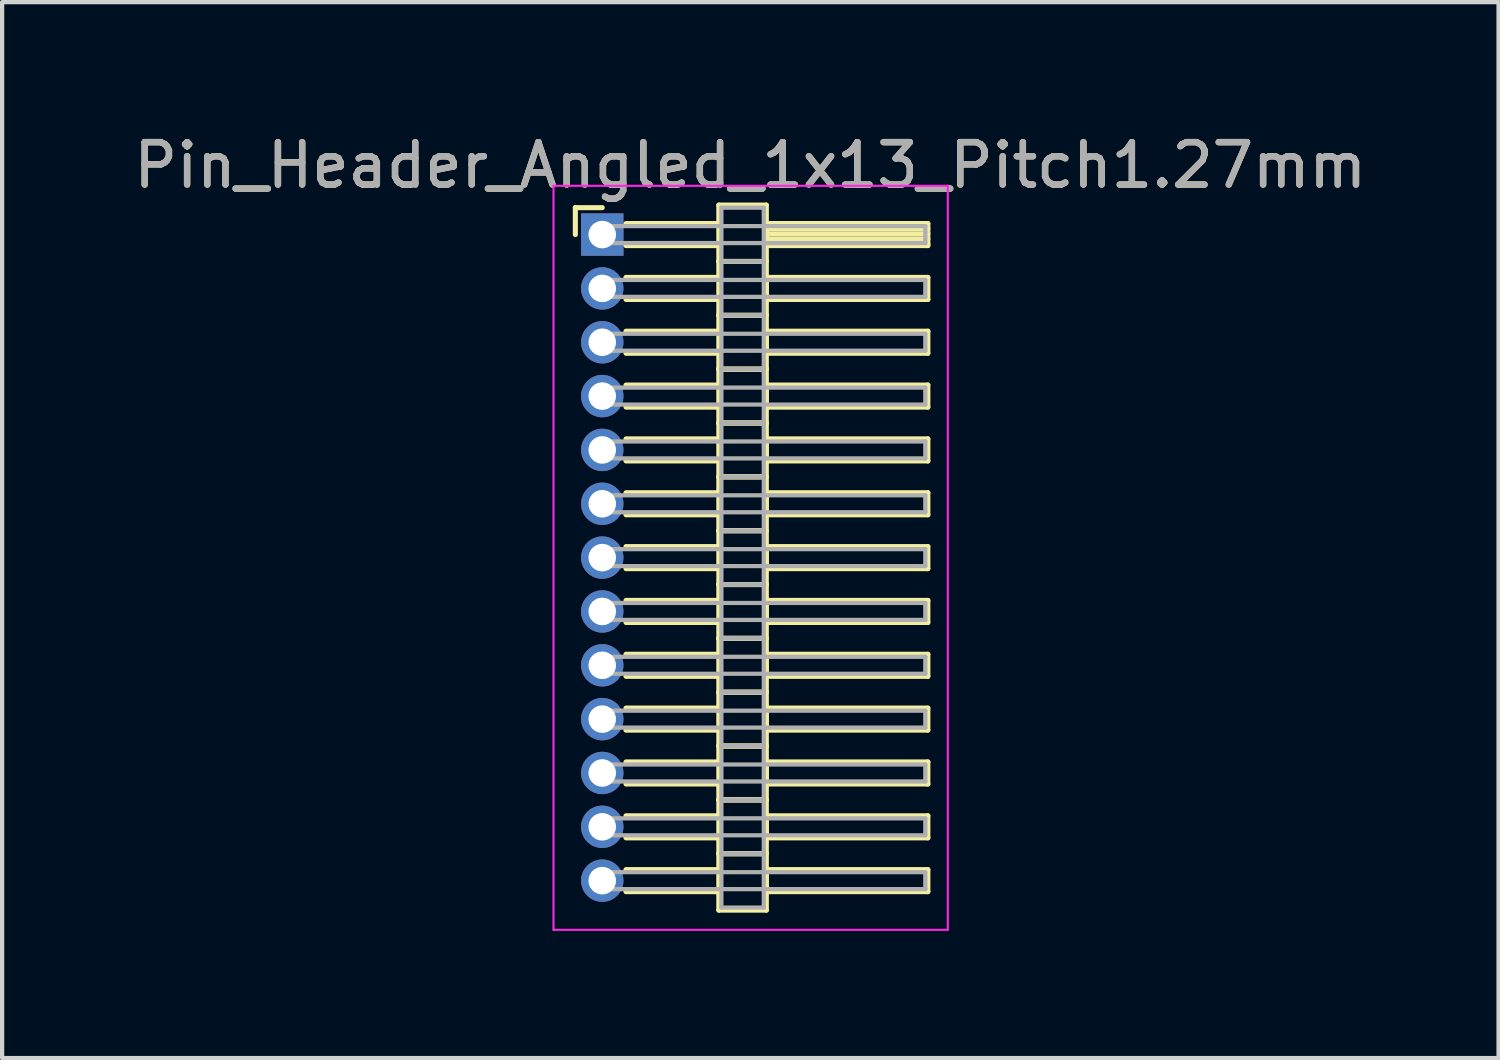
<source format=kicad_pcb>
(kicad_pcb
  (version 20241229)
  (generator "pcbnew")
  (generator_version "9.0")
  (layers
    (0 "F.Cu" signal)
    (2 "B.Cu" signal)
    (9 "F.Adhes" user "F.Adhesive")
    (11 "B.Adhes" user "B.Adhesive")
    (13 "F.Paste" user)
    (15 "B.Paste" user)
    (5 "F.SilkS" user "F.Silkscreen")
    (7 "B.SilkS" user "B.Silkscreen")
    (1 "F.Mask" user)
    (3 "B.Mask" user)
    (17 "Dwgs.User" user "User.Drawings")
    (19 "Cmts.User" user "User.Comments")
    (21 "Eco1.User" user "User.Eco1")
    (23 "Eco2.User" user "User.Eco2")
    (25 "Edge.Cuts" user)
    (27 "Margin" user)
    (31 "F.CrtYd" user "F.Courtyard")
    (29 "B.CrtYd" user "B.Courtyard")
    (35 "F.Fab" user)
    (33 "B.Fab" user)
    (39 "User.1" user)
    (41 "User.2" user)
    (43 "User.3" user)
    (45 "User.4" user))
  (footprint "Pin_Header_Angled_1x13_Pitch1.27mm"
    (layer "F.Cu")
    (at 11.156 2.483)
    (property "Reference" "Pin_Header_Angled_1x13_Pitch1.27mm" (at 3.493 -1.635 0) (layer "F.SilkS") (effects (font (size 1 1) (thickness 0.15))))
    (attr through_hole)
    (fp_line (start -0.635 -0.635) (end 0 -0.635) (stroke (width 0.12) (type solid)) (layer "F.SilkS"))
    (fp_line (start -0.635 0) (end -0.635 -0.635) (stroke (width 0.12) (type solid)) (layer "F.SilkS"))
    (fp_line (start 0.56 -0.26) (end 2.75 -0.26) (stroke (width 0.12) (type solid)) (layer "F.SilkS"))
    (fp_line (start 0.56 0.26) (end 2.75 0.26) (stroke (width 0.12) (type solid)) (layer "F.SilkS"))
    (fp_line (start 0.56 1.01) (end 2.75 1.01) (stroke (width 0.12) (type solid)) (layer "F.SilkS"))
    (fp_line (start 0.56 1.53) (end 2.75 1.53) (stroke (width 0.12) (type solid)) (layer "F.SilkS"))
    (fp_line (start 0.56 2.28) (end 2.75 2.28) (stroke (width 0.12) (type solid)) (layer "F.SilkS"))
    (fp_line (start 0.56 2.8) (end 2.75 2.8) (stroke (width 0.12) (type solid)) (layer "F.SilkS"))
    (fp_line (start 0.56 3.55) (end 2.75 3.55) (stroke (width 0.12) (type solid)) (layer "F.SilkS"))
    (fp_line (start 0.56 4.07) (end 2.75 4.07) (stroke (width 0.12) (type solid)) (layer "F.SilkS"))
    (fp_line (start 0.56 4.82) (end 2.75 4.82) (stroke (width 0.12) (type solid)) (layer "F.SilkS"))
    (fp_line (start 0.56 5.34) (end 2.75 5.34) (stroke (width 0.12) (type solid)) (layer "F.SilkS"))
    (fp_line (start 0.56 6.09) (end 2.75 6.09) (stroke (width 0.12) (type solid)) (layer "F.SilkS"))
    (fp_line (start 0.56 6.61) (end 2.75 6.61) (stroke (width 0.12) (type solid)) (layer "F.SilkS"))
    (fp_line (start 0.56 7.36) (end 2.75 7.36) (stroke (width 0.12) (type solid)) (layer "F.SilkS"))
    (fp_line (start 0.56 7.88) (end 2.75 7.88) (stroke (width 0.12) (type solid)) (layer "F.SilkS"))
    (fp_line (start 0.56 8.63) (end 2.75 8.63) (stroke (width 0.12) (type solid)) (layer "F.SilkS"))
    (fp_line (start 0.56 9.15) (end 2.75 9.15) (stroke (width 0.12) (type solid)) (layer "F.SilkS"))
    (fp_line (start 0.56 9.9) (end 2.75 9.9) (stroke (width 0.12) (type solid)) (layer "F.SilkS"))
    (fp_line (start 0.56 10.42) (end 2.75 10.42) (stroke (width 0.12) (type solid)) (layer "F.SilkS"))
    (fp_line (start 0.56 11.17) (end 2.75 11.17) (stroke (width 0.12) (type solid)) (layer "F.SilkS"))
    (fp_line (start 0.56 11.69) (end 2.75 11.69) (stroke (width 0.12) (type solid)) (layer "F.SilkS"))
    (fp_line (start 0.56 12.44) (end 2.75 12.44) (stroke (width 0.12) (type solid)) (layer "F.SilkS"))
    (fp_line (start 0.56 12.96) (end 2.75 12.96) (stroke (width 0.12) (type solid)) (layer "F.SilkS"))
    (fp_line (start 0.56 13.71) (end 2.75 13.71) (stroke (width 0.12) (type solid)) (layer "F.SilkS"))
    (fp_line (start 0.56 14.23) (end 2.75 14.23) (stroke (width 0.12) (type solid)) (layer "F.SilkS"))
    (fp_line (start 0.56 14.98) (end 2.75 14.98) (stroke (width 0.12) (type solid)) (layer "F.SilkS"))
    (fp_line (start 0.56 15.5) (end 2.75 15.5) (stroke (width 0.12) (type solid)) (layer "F.SilkS"))
    (fp_line (start 2.75 -0.695) (end 2.75 0.635) (stroke (width 0.12) (type solid)) (layer "F.SilkS"))
    (fp_line (start 2.75 0.635) (end 2.75 1.905) (stroke (width 0.12) (type solid)) (layer "F.SilkS"))
    (fp_line (start 2.75 0.635) (end 3.87 0.635) (stroke (width 0.12) (type solid)) (layer "F.SilkS"))
    (fp_line (start 2.75 1.905) (end 2.75 3.175) (stroke (width 0.12) (type solid)) (layer "F.SilkS"))
    (fp_line (start 2.75 1.905) (end 3.87 1.905) (stroke (width 0.12) (type solid)) (layer "F.SilkS"))
    (fp_line (start 2.75 3.175) (end 2.75 4.445) (stroke (width 0.12) (type solid)) (layer "F.SilkS"))
    (fp_line (start 2.75 3.175) (end 3.87 3.175) (stroke (width 0.12) (type solid)) (layer "F.SilkS"))
    (fp_line (start 2.75 4.445) (end 2.75 5.715) (stroke (width 0.12) (type solid)) (layer "F.SilkS"))
    (fp_line (start 2.75 4.445) (end 3.87 4.445) (stroke (width 0.12) (type solid)) (layer "F.SilkS"))
    (fp_line (start 2.75 5.715) (end 2.75 6.985) (stroke (width 0.12) (type solid)) (layer "F.SilkS"))
    (fp_line (start 2.75 5.715) (end 3.87 5.715) (stroke (width 0.12) (type solid)) (layer "F.SilkS"))
    (fp_line (start 2.75 6.985) (end 2.75 8.255) (stroke (width 0.12) (type solid)) (layer "F.SilkS"))
    (fp_line (start 2.75 6.985) (end 3.87 6.985) (stroke (width 0.12) (type solid)) (layer "F.SilkS"))
    (fp_line (start 2.75 8.255) (end 2.75 9.525) (stroke (width 0.12) (type solid)) (layer "F.SilkS"))
    (fp_line (start 2.75 8.255) (end 3.87 8.255) (stroke (width 0.12) (type solid)) (layer "F.SilkS"))
    (fp_line (start 2.75 9.525) (end 2.75 10.795) (stroke (width 0.12) (type solid)) (layer "F.SilkS"))
    (fp_line (start 2.75 9.525) (end 3.87 9.525) (stroke (width 0.12) (type solid)) (layer "F.SilkS"))
    (fp_line (start 2.75 10.795) (end 2.75 12.065) (stroke (width 0.12) (type solid)) (layer "F.SilkS"))
    (fp_line (start 2.75 10.795) (end 3.87 10.795) (stroke (width 0.12) (type solid)) (layer "F.SilkS"))
    (fp_line (start 2.75 12.065) (end 2.75 13.335) (stroke (width 0.12) (type solid)) (layer "F.SilkS"))
    (fp_line (start 2.75 12.065) (end 3.87 12.065) (stroke (width 0.12) (type solid)) (layer "F.SilkS"))
    (fp_line (start 2.75 13.335) (end 2.75 14.605) (stroke (width 0.12) (type solid)) (layer "F.SilkS"))
    (fp_line (start 2.75 13.335) (end 3.87 13.335) (stroke (width 0.12) (type solid)) (layer "F.SilkS"))
    (fp_line (start 2.75 14.605) (end 2.75 15.935) (stroke (width 0.12) (type solid)) (layer "F.SilkS"))
    (fp_line (start 2.75 14.605) (end 3.87 14.605) (stroke (width 0.12) (type solid)) (layer "F.SilkS"))
    (fp_line (start 2.75 15.935) (end 3.87 15.935) (stroke (width 0.12) (type solid)) (layer "F.SilkS"))
    (fp_line (start 3.87 -0.695) (end 2.75 -0.695) (stroke (width 0.12) (type solid)) (layer "F.SilkS"))
    (fp_line (start 3.87 -0.26) (end 3.87 0.26) (stroke (width 0.12) (type solid)) (layer "F.SilkS"))
    (fp_line (start 3.87 -0.14) (end 7.68 -0.14) (stroke (width 0.12) (type solid)) (layer "F.SilkS"))
    (fp_line (start 3.87 -0.02) (end 7.68 -0.02) (stroke (width 0.12) (type solid)) (layer "F.SilkS"))
    (fp_line (start 3.87 0.1) (end 7.68 0.1) (stroke (width 0.12) (type solid)) (layer "F.SilkS"))
    (fp_line (start 3.87 0.22) (end 7.68 0.22) (stroke (width 0.12) (type solid)) (layer "F.SilkS"))
    (fp_line (start 3.87 0.26) (end 7.68 0.26) (stroke (width 0.12) (type solid)) (layer "F.SilkS"))
    (fp_line (start 3.87 0.635) (end 2.75 0.635) (stroke (width 0.12) (type solid)) (layer "F.SilkS"))
    (fp_line (start 3.87 0.635) (end 3.87 -0.695) (stroke (width 0.12) (type solid)) (layer "F.SilkS"))
    (fp_line (start 3.87 1.01) (end 3.87 1.53) (stroke (width 0.12) (type solid)) (layer "F.SilkS"))
    (fp_line (start 3.87 1.53) (end 7.68 1.53) (stroke (width 0.12) (type solid)) (layer "F.SilkS"))
    (fp_line (start 3.87 1.905) (end 2.75 1.905) (stroke (width 0.12) (type solid)) (layer "F.SilkS"))
    (fp_line (start 3.87 1.905) (end 3.87 0.635) (stroke (width 0.12) (type solid)) (layer "F.SilkS"))
    (fp_line (start 3.87 2.28) (end 3.87 2.8) (stroke (width 0.12) (type solid)) (layer "F.SilkS"))
    (fp_line (start 3.87 2.8) (end 7.68 2.8) (stroke (width 0.12) (type solid)) (layer "F.SilkS"))
    (fp_line (start 3.87 3.175) (end 2.75 3.175) (stroke (width 0.12) (type solid)) (layer "F.SilkS"))
    (fp_line (start 3.87 3.175) (end 3.87 1.905) (stroke (width 0.12) (type solid)) (layer "F.SilkS"))
    (fp_line (start 3.87 3.55) (end 3.87 4.07) (stroke (width 0.12) (type solid)) (layer "F.SilkS"))
    (fp_line (start 3.87 4.07) (end 7.68 4.07) (stroke (width 0.12) (type solid)) (layer "F.SilkS"))
    (fp_line (start 3.87 4.445) (end 2.75 4.445) (stroke (width 0.12) (type solid)) (layer "F.SilkS"))
    (fp_line (start 3.87 4.445) (end 3.87 3.175) (stroke (width 0.12) (type solid)) (layer "F.SilkS"))
    (fp_line (start 3.87 4.82) (end 3.87 5.34) (stroke (width 0.12) (type solid)) (layer "F.SilkS"))
    (fp_line (start 3.87 5.34) (end 7.68 5.34) (stroke (width 0.12) (type solid)) (layer "F.SilkS"))
    (fp_line (start 3.87 5.715) (end 2.75 5.715) (stroke (width 0.12) (type solid)) (layer "F.SilkS"))
    (fp_line (start 3.87 5.715) (end 3.87 4.445) (stroke (width 0.12) (type solid)) (layer "F.SilkS"))
    (fp_line (start 3.87 6.09) (end 3.87 6.61) (stroke (width 0.12) (type solid)) (layer "F.SilkS"))
    (fp_line (start 3.87 6.61) (end 7.68 6.61) (stroke (width 0.12) (type solid)) (layer "F.SilkS"))
    (fp_line (start 3.87 6.985) (end 2.75 6.985) (stroke (width 0.12) (type solid)) (layer "F.SilkS"))
    (fp_line (start 3.87 6.985) (end 3.87 5.715) (stroke (width 0.12) (type solid)) (layer "F.SilkS"))
    (fp_line (start 3.87 7.36) (end 3.87 7.88) (stroke (width 0.12) (type solid)) (layer "F.SilkS"))
    (fp_line (start 3.87 7.88) (end 7.68 7.88) (stroke (width 0.12) (type solid)) (layer "F.SilkS"))
    (fp_line (start 3.87 8.255) (end 2.75 8.255) (stroke (width 0.12) (type solid)) (layer "F.SilkS"))
    (fp_line (start 3.87 8.255) (end 3.87 6.985) (stroke (width 0.12) (type solid)) (layer "F.SilkS"))
    (fp_line (start 3.87 8.63) (end 3.87 9.15) (stroke (width 0.12) (type solid)) (layer "F.SilkS"))
    (fp_line (start 3.87 9.15) (end 7.68 9.15) (stroke (width 0.12) (type solid)) (layer "F.SilkS"))
    (fp_line (start 3.87 9.525) (end 2.75 9.525) (stroke (width 0.12) (type solid)) (layer "F.SilkS"))
    (fp_line (start 3.87 9.525) (end 3.87 8.255) (stroke (width 0.12) (type solid)) (layer "F.SilkS"))
    (fp_line (start 3.87 9.9) (end 3.87 10.42) (stroke (width 0.12) (type solid)) (layer "F.SilkS"))
    (fp_line (start 3.87 10.42) (end 7.68 10.42) (stroke (width 0.12) (type solid)) (layer "F.SilkS"))
    (fp_line (start 3.87 10.795) (end 2.75 10.795) (stroke (width 0.12) (type solid)) (layer "F.SilkS"))
    (fp_line (start 3.87 10.795) (end 3.87 9.525) (stroke (width 0.12) (type solid)) (layer "F.SilkS"))
    (fp_line (start 3.87 11.17) (end 3.87 11.69) (stroke (width 0.12) (type solid)) (layer "F.SilkS"))
    (fp_line (start 3.87 11.69) (end 7.68 11.69) (stroke (width 0.12) (type solid)) (layer "F.SilkS"))
    (fp_line (start 3.87 12.065) (end 2.75 12.065) (stroke (width 0.12) (type solid)) (layer "F.SilkS"))
    (fp_line (start 3.87 12.065) (end 3.87 10.795) (stroke (width 0.12) (type solid)) (layer "F.SilkS"))
    (fp_line (start 3.87 12.44) (end 3.87 12.96) (stroke (width 0.12) (type solid)) (layer "F.SilkS"))
    (fp_line (start 3.87 12.96) (end 7.68 12.96) (stroke (width 0.12) (type solid)) (layer "F.SilkS"))
    (fp_line (start 3.87 13.335) (end 2.75 13.335) (stroke (width 0.12) (type solid)) (layer "F.SilkS"))
    (fp_line (start 3.87 13.335) (end 3.87 12.065) (stroke (width 0.12) (type solid)) (layer "F.SilkS"))
    (fp_line (start 3.87 13.71) (end 3.87 14.23) (stroke (width 0.12) (type solid)) (layer "F.SilkS"))
    (fp_line (start 3.87 14.23) (end 7.68 14.23) (stroke (width 0.12) (type solid)) (layer "F.SilkS"))
    (fp_line (start 3.87 14.605) (end 2.75 14.605) (stroke (width 0.12) (type solid)) (layer "F.SilkS"))
    (fp_line (start 3.87 14.605) (end 3.87 13.335) (stroke (width 0.12) (type solid)) (layer "F.SilkS"))
    (fp_line (start 3.87 14.98) (end 3.87 15.5) (stroke (width 0.12) (type solid)) (layer "F.SilkS"))
    (fp_line (start 3.87 15.5) (end 7.68 15.5) (stroke (width 0.12) (type solid)) (layer "F.SilkS"))
    (fp_line (start 3.87 15.935) (end 3.87 14.605) (stroke (width 0.12) (type solid)) (layer "F.SilkS"))
    (fp_line (start 7.68 -0.26) (end 3.87 -0.26) (stroke (width 0.12) (type solid)) (layer "F.SilkS"))
    (fp_line (start 7.68 0.26) (end 7.68 -0.26) (stroke (width 0.12) (type solid)) (layer "F.SilkS"))
    (fp_line (start 7.68 1.01) (end 3.87 1.01) (stroke (width 0.12) (type solid)) (layer "F.SilkS"))
    (fp_line (start 7.68 1.53) (end 7.68 1.01) (stroke (width 0.12) (type solid)) (layer "F.SilkS"))
    (fp_line (start 7.68 2.28) (end 3.87 2.28) (stroke (width 0.12) (type solid)) (layer "F.SilkS"))
    (fp_line (start 7.68 2.8) (end 7.68 2.28) (stroke (width 0.12) (type solid)) (layer "F.SilkS"))
    (fp_line (start 7.68 3.55) (end 3.87 3.55) (stroke (width 0.12) (type solid)) (layer "F.SilkS"))
    (fp_line (start 7.68 4.07) (end 7.68 3.55) (stroke (width 0.12) (type solid)) (layer "F.SilkS"))
    (fp_line (start 7.68 4.82) (end 3.87 4.82) (stroke (width 0.12) (type solid)) (layer "F.SilkS"))
    (fp_line (start 7.68 5.34) (end 7.68 4.82) (stroke (width 0.12) (type solid)) (layer "F.SilkS"))
    (fp_line (start 7.68 6.09) (end 3.87 6.09) (stroke (width 0.12) (type solid)) (layer "F.SilkS"))
    (fp_line (start 7.68 6.61) (end 7.68 6.09) (stroke (width 0.12) (type solid)) (layer "F.SilkS"))
    (fp_line (start 7.68 7.36) (end 3.87 7.36) (stroke (width 0.12) (type solid)) (layer "F.SilkS"))
    (fp_line (start 7.68 7.88) (end 7.68 7.36) (stroke (width 0.12) (type solid)) (layer "F.SilkS"))
    (fp_line (start 7.68 8.63) (end 3.87 8.63) (stroke (width 0.12) (type solid)) (layer "F.SilkS"))
    (fp_line (start 7.68 9.15) (end 7.68 8.63) (stroke (width 0.12) (type solid)) (layer "F.SilkS"))
    (fp_line (start 7.68 9.9) (end 3.87 9.9) (stroke (width 0.12) (type solid)) (layer "F.SilkS"))
    (fp_line (start 7.68 10.42) (end 7.68 9.9) (stroke (width 0.12) (type solid)) (layer "F.SilkS"))
    (fp_line (start 7.68 11.17) (end 3.87 11.17) (stroke (width 0.12) (type solid)) (layer "F.SilkS"))
    (fp_line (start 7.68 11.69) (end 7.68 11.17) (stroke (width 0.12) (type solid)) (layer "F.SilkS"))
    (fp_line (start 7.68 12.44) (end 3.87 12.44) (stroke (width 0.12) (type solid)) (layer "F.SilkS"))
    (fp_line (start 7.68 12.96) (end 7.68 12.44) (stroke (width 0.12) (type solid)) (layer "F.SilkS"))
    (fp_line (start 7.68 13.71) (end 3.87 13.71) (stroke (width 0.12) (type solid)) (layer "F.SilkS"))
    (fp_line (start 7.68 14.23) (end 7.68 13.71) (stroke (width 0.12) (type solid)) (layer "F.SilkS"))
    (fp_line (start 7.68 14.98) (end 3.87 14.98) (stroke (width 0.12) (type solid)) (layer "F.SilkS"))
    (fp_line (start 7.68 15.5) (end 7.68 14.98) (stroke (width 0.12) (type solid)) (layer "F.SilkS"))
    (fp_line (start -1.15 -1.15) (end -1.15 16.4) (stroke (width 0.05) (type solid)) (layer "F.CrtYd"))
    (fp_line (start -1.15 16.4) (end 8.15 16.4) (stroke (width 0.05) (type solid)) (layer "F.CrtYd"))
    (fp_line (start 8.15 -1.15) (end -1.15 -1.15) (stroke (width 0.05) (type solid)) (layer "F.CrtYd"))
    (fp_line (start 8.15 16.4) (end 8.15 -1.15) (stroke (width 0.05) (type solid)) (layer "F.CrtYd"))
    (fp_line (start 0 -0.2) (end 0 0.2) (stroke (width 0.1) (type solid)) (layer "F.Fab"))
    (fp_line (start 0 0.2) (end 7.62 0.2) (stroke (width 0.1) (type solid)) (layer "F.Fab"))
    (fp_line (start 0 1.07) (end 0 1.47) (stroke (width 0.1) (type solid)) (layer "F.Fab"))
    (fp_line (start 0 1.47) (end 7.62 1.47) (stroke (width 0.1) (type solid)) (layer "F.Fab"))
    (fp_line (start 0 2.34) (end 0 2.74) (stroke (width 0.1) (type solid)) (layer "F.Fab"))
    (fp_line (start 0 2.74) (end 7.62 2.74) (stroke (width 0.1) (type solid)) (layer "F.Fab"))
    (fp_line (start 0 3.61) (end 0 4.01) (stroke (width 0.1) (type solid)) (layer "F.Fab"))
    (fp_line (start 0 4.01) (end 7.62 4.01) (stroke (width 0.1) (type solid)) (layer "F.Fab"))
    (fp_line (start 0 4.88) (end 0 5.28) (stroke (width 0.1) (type solid)) (layer "F.Fab"))
    (fp_line (start 0 5.28) (end 7.62 5.28) (stroke (width 0.1) (type solid)) (layer "F.Fab"))
    (fp_line (start 0 6.15) (end 0 6.55) (stroke (width 0.1) (type solid)) (layer "F.Fab"))
    (fp_line (start 0 6.55) (end 7.62 6.55) (stroke (width 0.1) (type solid)) (layer "F.Fab"))
    (fp_line (start 0 7.42) (end 0 7.82) (stroke (width 0.1) (type solid)) (layer "F.Fab"))
    (fp_line (start 0 7.82) (end 7.62 7.82) (stroke (width 0.1) (type solid)) (layer "F.Fab"))
    (fp_line (start 0 8.69) (end 0 9.09) (stroke (width 0.1) (type solid)) (layer "F.Fab"))
    (fp_line (start 0 9.09) (end 7.62 9.09) (stroke (width 0.1) (type solid)) (layer "F.Fab"))
    (fp_line (start 0 9.96) (end 0 10.36) (stroke (width 0.1) (type solid)) (layer "F.Fab"))
    (fp_line (start 0 10.36) (end 7.62 10.36) (stroke (width 0.1) (type solid)) (layer "F.Fab"))
    (fp_line (start 0 11.23) (end 0 11.63) (stroke (width 0.1) (type solid)) (layer "F.Fab"))
    (fp_line (start 0 11.63) (end 7.62 11.63) (stroke (width 0.1) (type solid)) (layer "F.Fab"))
    (fp_line (start 0 12.5) (end 0 12.9) (stroke (width 0.1) (type solid)) (layer "F.Fab"))
    (fp_line (start 0 12.9) (end 7.62 12.9) (stroke (width 0.1) (type solid)) (layer "F.Fab"))
    (fp_line (start 0 13.77) (end 0 14.17) (stroke (width 0.1) (type solid)) (layer "F.Fab"))
    (fp_line (start 0 14.17) (end 7.62 14.17) (stroke (width 0.1) (type solid)) (layer "F.Fab"))
    (fp_line (start 0 15.04) (end 0 15.44) (stroke (width 0.1) (type solid)) (layer "F.Fab"))
    (fp_line (start 0 15.44) (end 7.62 15.44) (stroke (width 0.1) (type solid)) (layer "F.Fab"))
    (fp_line (start 2.81 -0.635) (end 2.81 0.635) (stroke (width 0.1) (type solid)) (layer "F.Fab"))
    (fp_line (start 2.81 0.635) (end 2.81 1.905) (stroke (width 0.1) (type solid)) (layer "F.Fab"))
    (fp_line (start 2.81 0.635) (end 3.81 0.635) (stroke (width 0.1) (type solid)) (layer "F.Fab"))
    (fp_line (start 2.81 1.905) (end 2.81 3.175) (stroke (width 0.1) (type solid)) (layer "F.Fab"))
    (fp_line (start 2.81 1.905) (end 3.81 1.905) (stroke (width 0.1) (type solid)) (layer "F.Fab"))
    (fp_line (start 2.81 3.175) (end 2.81 4.445) (stroke (width 0.1) (type solid)) (layer "F.Fab"))
    (fp_line (start 2.81 3.175) (end 3.81 3.175) (stroke (width 0.1) (type solid)) (layer "F.Fab"))
    (fp_line (start 2.81 4.445) (end 2.81 5.715) (stroke (width 0.1) (type solid)) (layer "F.Fab"))
    (fp_line (start 2.81 4.445) (end 3.81 4.445) (stroke (width 0.1) (type solid)) (layer "F.Fab"))
    (fp_line (start 2.81 5.715) (end 2.81 6.985) (stroke (width 0.1) (type solid)) (layer "F.Fab"))
    (fp_line (start 2.81 5.715) (end 3.81 5.715) (stroke (width 0.1) (type solid)) (layer "F.Fab"))
    (fp_line (start 2.81 6.985) (end 2.81 8.255) (stroke (width 0.1) (type solid)) (layer "F.Fab"))
    (fp_line (start 2.81 6.985) (end 3.81 6.985) (stroke (width 0.1) (type solid)) (layer "F.Fab"))
    (fp_line (start 2.81 8.255) (end 2.81 9.525) (stroke (width 0.1) (type solid)) (layer "F.Fab"))
    (fp_line (start 2.81 8.255) (end 3.81 8.255) (stroke (width 0.1) (type solid)) (layer "F.Fab"))
    (fp_line (start 2.81 9.525) (end 2.81 10.795) (stroke (width 0.1) (type solid)) (layer "F.Fab"))
    (fp_line (start 2.81 9.525) (end 3.81 9.525) (stroke (width 0.1) (type solid)) (layer "F.Fab"))
    (fp_line (start 2.81 10.795) (end 2.81 12.065) (stroke (width 0.1) (type solid)) (layer "F.Fab"))
    (fp_line (start 2.81 10.795) (end 3.81 10.795) (stroke (width 0.1) (type solid)) (layer "F.Fab"))
    (fp_line (start 2.81 12.065) (end 2.81 13.335) (stroke (width 0.1) (type solid)) (layer "F.Fab"))
    (fp_line (start 2.81 12.065) (end 3.81 12.065) (stroke (width 0.1) (type solid)) (layer "F.Fab"))
    (fp_line (start 2.81 13.335) (end 2.81 14.605) (stroke (width 0.1) (type solid)) (layer "F.Fab"))
    (fp_line (start 2.81 13.335) (end 3.81 13.335) (stroke (width 0.1) (type solid)) (layer "F.Fab"))
    (fp_line (start 2.81 14.605) (end 2.81 15.875) (stroke (width 0.1) (type solid)) (layer "F.Fab"))
    (fp_line (start 2.81 14.605) (end 3.81 14.605) (stroke (width 0.1) (type solid)) (layer "F.Fab"))
    (fp_line (start 2.81 15.875) (end 3.81 15.875) (stroke (width 0.1) (type solid)) (layer "F.Fab"))
    (fp_line (start 3.81 -0.635) (end 2.81 -0.635) (stroke (width 0.1) (type solid)) (layer "F.Fab"))
    (fp_line (start 3.81 0.635) (end 2.81 0.635) (stroke (width 0.1) (type solid)) (layer "F.Fab"))
    (fp_line (start 3.81 0.635) (end 3.81 -0.635) (stroke (width 0.1) (type solid)) (layer "F.Fab"))
    (fp_line (start 3.81 1.905) (end 2.81 1.905) (stroke (width 0.1) (type solid)) (layer "F.Fab"))
    (fp_line (start 3.81 1.905) (end 3.81 0.635) (stroke (width 0.1) (type solid)) (layer "F.Fab"))
    (fp_line (start 3.81 3.175) (end 2.81 3.175) (stroke (width 0.1) (type solid)) (layer "F.Fab"))
    (fp_line (start 3.81 3.175) (end 3.81 1.905) (stroke (width 0.1) (type solid)) (layer "F.Fab"))
    (fp_line (start 3.81 4.445) (end 2.81 4.445) (stroke (width 0.1) (type solid)) (layer "F.Fab"))
    (fp_line (start 3.81 4.445) (end 3.81 3.175) (stroke (width 0.1) (type solid)) (layer "F.Fab"))
    (fp_line (start 3.81 5.715) (end 2.81 5.715) (stroke (width 0.1) (type solid)) (layer "F.Fab"))
    (fp_line (start 3.81 5.715) (end 3.81 4.445) (stroke (width 0.1) (type solid)) (layer "F.Fab"))
    (fp_line (start 3.81 6.985) (end 2.81 6.985) (stroke (width 0.1) (type solid)) (layer "F.Fab"))
    (fp_line (start 3.81 6.985) (end 3.81 5.715) (stroke (width 0.1) (type solid)) (layer "F.Fab"))
    (fp_line (start 3.81 8.255) (end 2.81 8.255) (stroke (width 0.1) (type solid)) (layer "F.Fab"))
    (fp_line (start 3.81 8.255) (end 3.81 6.985) (stroke (width 0.1) (type solid)) (layer "F.Fab"))
    (fp_line (start 3.81 9.525) (end 2.81 9.525) (stroke (width 0.1) (type solid)) (layer "F.Fab"))
    (fp_line (start 3.81 9.525) (end 3.81 8.255) (stroke (width 0.1) (type solid)) (layer "F.Fab"))
    (fp_line (start 3.81 10.795) (end 2.81 10.795) (stroke (width 0.1) (type solid)) (layer "F.Fab"))
    (fp_line (start 3.81 10.795) (end 3.81 9.525) (stroke (width 0.1) (type solid)) (layer "F.Fab"))
    (fp_line (start 3.81 12.065) (end 2.81 12.065) (stroke (width 0.1) (type solid)) (layer "F.Fab"))
    (fp_line (start 3.81 12.065) (end 3.81 10.795) (stroke (width 0.1) (type solid)) (layer "F.Fab"))
    (fp_line (start 3.81 13.335) (end 2.81 13.335) (stroke (width 0.1) (type solid)) (layer "F.Fab"))
    (fp_line (start 3.81 13.335) (end 3.81 12.065) (stroke (width 0.1) (type solid)) (layer "F.Fab"))
    (fp_line (start 3.81 14.605) (end 2.81 14.605) (stroke (width 0.1) (type solid)) (layer "F.Fab"))
    (fp_line (start 3.81 14.605) (end 3.81 13.335) (stroke (width 0.1) (type solid)) (layer "F.Fab"))
    (fp_line (start 3.81 15.875) (end 3.81 14.605) (stroke (width 0.1) (type solid)) (layer "F.Fab"))
    (fp_line (start 7.62 -0.2) (end 0 -0.2) (stroke (width 0.1) (type solid)) (layer "F.Fab"))
    (fp_line (start 7.62 0.2) (end 7.62 -0.2) (stroke (width 0.1) (type solid)) (layer "F.Fab"))
    (fp_line (start 7.62 1.07) (end 0 1.07) (stroke (width 0.1) (type solid)) (layer "F.Fab"))
    (fp_line (start 7.62 1.47) (end 7.62 1.07) (stroke (width 0.1) (type solid)) (layer "F.Fab"))
    (fp_line (start 7.62 2.34) (end 0 2.34) (stroke (width 0.1) (type solid)) (layer "F.Fab"))
    (fp_line (start 7.62 2.74) (end 7.62 2.34) (stroke (width 0.1) (type solid)) (layer "F.Fab"))
    (fp_line (start 7.62 3.61) (end 0 3.61) (stroke (width 0.1) (type solid)) (layer "F.Fab"))
    (fp_line (start 7.62 4.01) (end 7.62 3.61) (stroke (width 0.1) (type solid)) (layer "F.Fab"))
    (fp_line (start 7.62 4.88) (end 0 4.88) (stroke (width 0.1) (type solid)) (layer "F.Fab"))
    (fp_line (start 7.62 5.28) (end 7.62 4.88) (stroke (width 0.1) (type solid)) (layer "F.Fab"))
    (fp_line (start 7.62 6.15) (end 0 6.15) (stroke (width 0.1) (type solid)) (layer "F.Fab"))
    (fp_line (start 7.62 6.55) (end 7.62 6.15) (stroke (width 0.1) (type solid)) (layer "F.Fab"))
    (fp_line (start 7.62 7.42) (end 0 7.42) (stroke (width 0.1) (type solid)) (layer "F.Fab"))
    (fp_line (start 7.62 7.82) (end 7.62 7.42) (stroke (width 0.1) (type solid)) (layer "F.Fab"))
    (fp_line (start 7.62 8.69) (end 0 8.69) (stroke (width 0.1) (type solid)) (layer "F.Fab"))
    (fp_line (start 7.62 9.09) (end 7.62 8.69) (stroke (width 0.1) (type solid)) (layer "F.Fab"))
    (fp_line (start 7.62 9.96) (end 0 9.96) (stroke (width 0.1) (type solid)) (layer "F.Fab"))
    (fp_line (start 7.62 10.36) (end 7.62 9.96) (stroke (width 0.1) (type solid)) (layer "F.Fab"))
    (fp_line (start 7.62 11.23) (end 0 11.23) (stroke (width 0.1) (type solid)) (layer "F.Fab"))
    (fp_line (start 7.62 11.63) (end 7.62 11.23) (stroke (width 0.1) (type solid)) (layer "F.Fab"))
    (fp_line (start 7.62 12.5) (end 0 12.5) (stroke (width 0.1) (type solid)) (layer "F.Fab"))
    (fp_line (start 7.62 12.9) (end 7.62 12.5) (stroke (width 0.1) (type solid)) (layer "F.Fab"))
    (fp_line (start 7.62 13.77) (end 0 13.77) (stroke (width 0.1) (type solid)) (layer "F.Fab"))
    (fp_line (start 7.62 14.17) (end 7.62 13.77) (stroke (width 0.1) (type solid)) (layer "F.Fab"))
    (fp_line (start 7.62 15.04) (end 0 15.04) (stroke (width 0.1) (type solid)) (layer "F.Fab"))
    (fp_line (start 7.62 15.44) (end 7.62 15.04) (stroke (width 0.1) (type solid)) (layer "F.Fab"))
    (fp_text user "${REFERENCE}" (at 3.493 -1.635 0) (layer "F.Fab") (effects (font (size 1 1) (thickness 0.15))))
    (pad "1" thru_hole rect (at 0 0) (size 1 1) (drill 0.65) (layers "*.Cu" "*.Mask"))
    (pad "2" thru_hole oval (at 0 1.27) (size 1 1) (drill 0.65) (layers "*.Cu" "*.Mask"))
    (pad "3" thru_hole oval (at 0 2.54) (size 1 1) (drill 0.65) (layers "*.Cu" "*.Mask"))
    (pad "4" thru_hole oval (at 0 3.81) (size 1 1) (drill 0.65) (layers "*.Cu" "*.Mask"))
    (pad "5" thru_hole oval (at 0 5.08) (size 1 1) (drill 0.65) (layers "*.Cu" "*.Mask"))
    (pad "6" thru_hole oval (at 0 6.35) (size 1 1) (drill 0.65) (layers "*.Cu" "*.Mask"))
    (pad "7" thru_hole oval (at 0 7.62) (size 1 1) (drill 0.65) (layers "*.Cu" "*.Mask"))
    (pad "8" thru_hole oval (at 0 8.89) (size 1 1) (drill 0.65) (layers "*.Cu" "*.Mask"))
    (pad "9" thru_hole oval (at 0 10.16) (size 1 1) (drill 0.65) (layers "*.Cu" "*.Mask"))
    (pad "10" thru_hole oval (at 0 11.43) (size 1 1) (drill 0.65) (layers "*.Cu" "*.Mask"))
    (pad "11" thru_hole oval (at 0 12.7) (size 1 1) (drill 0.65) (layers "*.Cu" "*.Mask"))
    (pad "12" thru_hole oval (at 0 13.97) (size 1 1) (drill 0.65) (layers "*.Cu" "*.Mask"))
    (pad "13" thru_hole oval (at 0 15.24) (size 1 1) (drill 0.65) (layers "*.Cu" "*.Mask")))
  (gr_rect
    (start -3 -3)
    (end 32.298 21.908)
    (stroke (width 0.1) (type default))
    (fill no)
    (layer "Edge.Cuts")))
</source>
